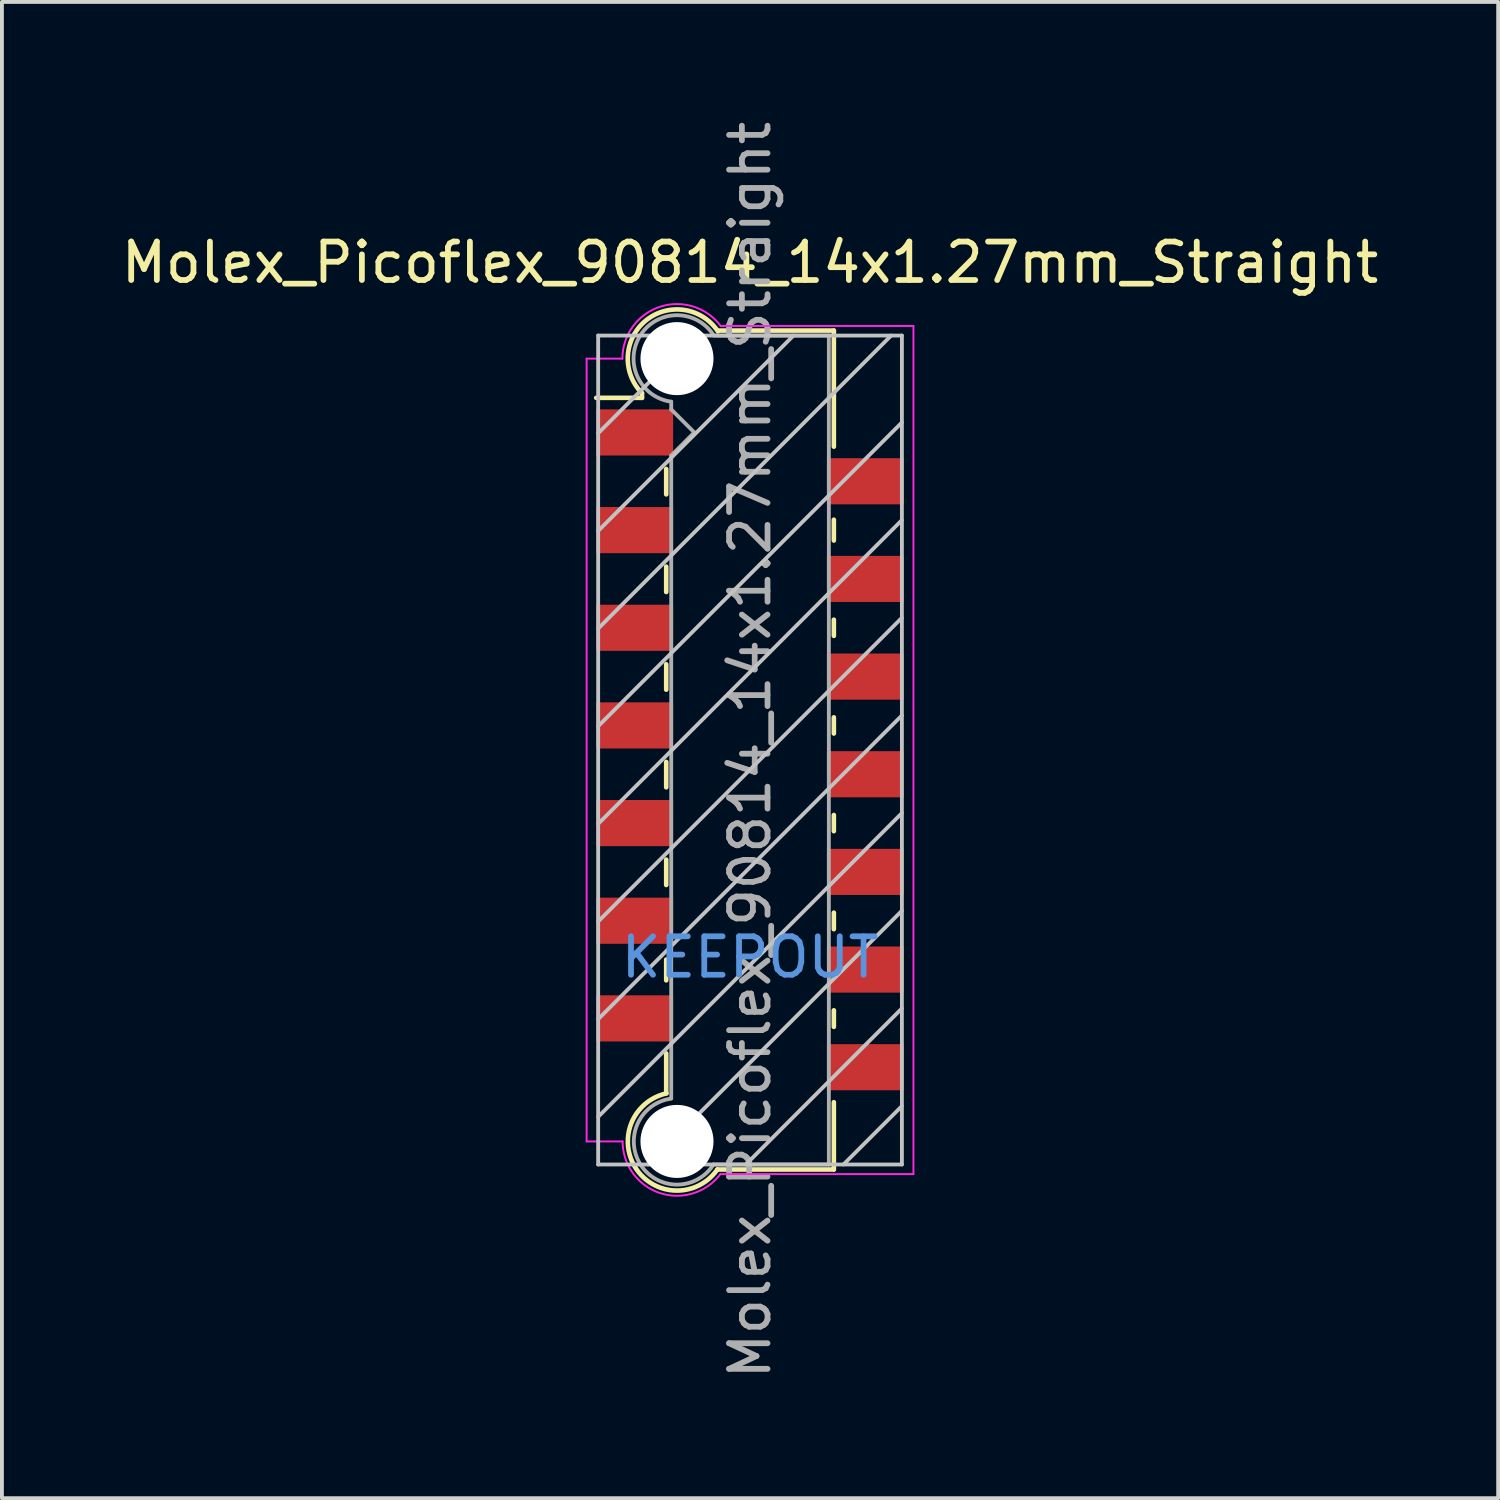
<source format=kicad_pcb>
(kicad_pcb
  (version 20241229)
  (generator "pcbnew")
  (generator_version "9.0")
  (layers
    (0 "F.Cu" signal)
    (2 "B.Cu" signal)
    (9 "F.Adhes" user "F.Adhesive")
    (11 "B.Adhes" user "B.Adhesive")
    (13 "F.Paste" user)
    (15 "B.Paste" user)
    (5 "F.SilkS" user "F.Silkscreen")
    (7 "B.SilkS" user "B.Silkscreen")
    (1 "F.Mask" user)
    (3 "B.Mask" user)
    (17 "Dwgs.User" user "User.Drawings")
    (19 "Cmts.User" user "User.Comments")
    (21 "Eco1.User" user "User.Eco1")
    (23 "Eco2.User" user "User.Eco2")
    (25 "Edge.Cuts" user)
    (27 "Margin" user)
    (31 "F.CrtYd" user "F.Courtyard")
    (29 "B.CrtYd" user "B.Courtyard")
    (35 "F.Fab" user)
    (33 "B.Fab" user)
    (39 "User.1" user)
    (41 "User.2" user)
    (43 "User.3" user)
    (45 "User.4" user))
  (footprint "Molex_Picoflex_90814_14x1.27mm_Straight"
    (layer "F.Cu")
    (at 16.458 16.458)
    (property "Reference" "Molex_Picoflex_90814_14x1.27mm_Straight" (at 0 -12.68 0) (layer "F.SilkS") (effects (font (size 1 1) (thickness 0.15))))
    (attr smd)
    (fp_line (start -2.81 -9.28) (end -2.81 -9.16) (stroke (width 0.12) (type solid)) (layer "F.SilkS"))
    (fp_line (start -2.81 -9.16) (end -4 -9.16) (stroke (width 0.12) (type solid)) (layer "F.SilkS"))
    (fp_line (start -2.18 -6.65) (end -2.18 -7.31) (stroke (width 0.12) (type solid)) (layer "F.SilkS"))
    (fp_line (start -2.18 -4.11) (end -2.18 -4.77) (stroke (width 0.12) (type solid)) (layer "F.SilkS"))
    (fp_line (start -2.18 -1.57) (end -2.18 -2.23) (stroke (width 0.12) (type solid)) (layer "F.SilkS"))
    (fp_line (start -2.18 0.97) (end -2.18 0.31) (stroke (width 0.12) (type solid)) (layer "F.SilkS"))
    (fp_line (start -2.18 3.51) (end -2.18 2.85) (stroke (width 0.12) (type solid)) (layer "F.SilkS"))
    (fp_line (start -2.18 5.99) (end -2.18 5.45) (stroke (width 0.12) (type solid)) (layer "F.SilkS"))
    (fp_line (start -2.18 8.93) (end -2.18 7.89) (stroke (width 0.12) (type solid)) (layer "F.SilkS"))
    (fp_line (start 2.18 -10.91) (end -0.82 -10.91) (stroke (width 0.12) (type solid)) (layer "F.SilkS"))
    (fp_line (start 2.18 -10.91) (end 2.18 -7.89) (stroke (width 0.12) (type solid)) (layer "F.SilkS"))
    (fp_line (start 2.18 -5.99) (end 2.18 -5.45) (stroke (width 0.12) (type solid)) (layer "F.SilkS"))
    (fp_line (start 2.18 -3.39) (end 2.18 -2.97) (stroke (width 0.12) (type solid)) (layer "F.SilkS"))
    (fp_line (start 2.18 -0.85) (end 2.18 -0.43) (stroke (width 0.12) (type solid)) (layer "F.SilkS"))
    (fp_line (start 2.18 1.69) (end 2.18 2.11) (stroke (width 0.12) (type solid)) (layer "F.SilkS"))
    (fp_line (start 2.18 4.23) (end 2.18 4.66) (stroke (width 0.12) (type solid)) (layer "F.SilkS"))
    (fp_line (start 2.18 6.77) (end 2.18 7.2) (stroke (width 0.12) (type solid)) (layer "F.SilkS"))
    (fp_line (start 2.18 9.16) (end 2.18 10.91) (stroke (width 0.12) (type solid)) (layer "F.SilkS"))
    (fp_line (start 2.18 10.91) (end -0.85 10.91) (stroke (width 0.12) (type solid)) (layer "F.SilkS"))
    (fp_arc (start -2.81 -9.28) (mid -2.708637 -11.172072) (end -0.834991 -10.889828) (stroke (width 0.12) (type solid)) (layer "F.SilkS"))
    (fp_arc (start -0.85 10.91) (mid -2.962791 10.891248) (end -2.174424 8.930964) (stroke (width 0.12) (type solid)) (layer "F.SilkS"))
    (fp_line (start -3.95 -10.78) (end -3.95 10.78) (stroke (width 0.1) (type solid)) (layer "Dwgs.User"))
    (fp_line (start -3.95 -8.24) (end -1.41 -10.78) (stroke (width 0.1) (type solid)) (layer "Dwgs.User"))
    (fp_line (start -3.95 -5.7) (end 1.13 -10.78) (stroke (width 0.1) (type solid)) (layer "Dwgs.User"))
    (fp_line (start -3.95 -3.16) (end 3.67 -10.78) (stroke (width 0.1) (type solid)) (layer "Dwgs.User"))
    (fp_line (start -3.95 -0.62) (end 3.95 -8.52) (stroke (width 0.1) (type solid)) (layer "Dwgs.User"))
    (fp_line (start -3.95 1.92) (end 3.95 -5.98) (stroke (width 0.1) (type solid)) (layer "Dwgs.User"))
    (fp_line (start -3.95 4.46) (end 3.95 -3.44) (stroke (width 0.1) (type solid)) (layer "Dwgs.User"))
    (fp_line (start -3.95 7) (end 3.95 -0.9) (stroke (width 0.1) (type solid)) (layer "Dwgs.User"))
    (fp_line (start -3.95 9.54) (end 3.95 1.64) (stroke (width 0.1) (type solid)) (layer "Dwgs.User"))
    (fp_line (start -3.95 10.78) (end 3.95 10.78) (stroke (width 0.1) (type solid)) (layer "Dwgs.User"))
    (fp_line (start -2.65 10.78) (end 3.95 4.18) (stroke (width 0.1) (type solid)) (layer "Dwgs.User"))
    (fp_line (start -0.11 10.78) (end 3.95 6.72) (stroke (width 0.1) (type solid)) (layer "Dwgs.User"))
    (fp_line (start 2.43 10.78) (end 3.95 9.26) (stroke (width 0.1) (type solid)) (layer "Dwgs.User"))
    (fp_line (start 3.95 -10.78) (end -3.95 -10.78) (stroke (width 0.1) (type solid)) (layer "Dwgs.User"))
    (fp_line (start 3.95 10.78) (end 3.95 -10.78) (stroke (width 0.1) (type solid)) (layer "Dwgs.User"))
    (fp_line (start -4.25 10.18) (end -4.25 -10.18) (stroke (width 0.05) (type solid)) (layer "F.CrtYd"))
    (fp_line (start -3.32 -10.18) (end -4.25 -10.18) (stroke (width 0.05) (type solid)) (layer "F.CrtYd"))
    (fp_line (start -3.32 10.18) (end -4.25 10.18) (stroke (width 0.05) (type solid)) (layer "F.CrtYd"))
    (fp_line (start 4.25 -11.03) (end -0.76 -11.03) (stroke (width 0.05) (type solid)) (layer "F.CrtYd"))
    (fp_line (start 4.25 -11.03) (end 4.25 11.03) (stroke (width 0.05) (type solid)) (layer "F.CrtYd"))
    (fp_line (start 4.25 11.03) (end -0.77 11.03) (stroke (width 0.05) (type solid)) (layer "F.CrtYd"))
    (fp_arc (start -3.32 -10.18) (mid -2.344692 -11.528573) (end -0.758523 -11.024648) (stroke (width 0.05) (type solid)) (layer "F.CrtYd"))
    (fp_arc (start -0.77 11.03) (mid -2.348691 11.520924) (end -3.314001 10.178743) (stroke (width 0.05) (type solid)) (layer "F.CrtYd"))
    (fp_line (start -2.05 -8.86) (end -2.05 -9.06) (stroke (width 0.1) (type solid)) (layer "F.Fab"))
    (fp_line (start -2.05 -7.66) (end -1.45 -8.26) (stroke (width 0.1) (type solid)) (layer "F.Fab"))
    (fp_line (start -2.05 9.06) (end -2.05 -7.66) (stroke (width 0.1) (type solid)) (layer "F.Fab"))
    (fp_line (start -1.45 -8.26) (end -2.05 -8.86) (stroke (width 0.1) (type solid)) (layer "F.Fab"))
    (fp_line (start 2.05 -10.78) (end -0.93 -10.78) (stroke (width 0.1) (type solid)) (layer "F.Fab"))
    (fp_line (start 2.05 -10.78) (end 2.05 10.78) (stroke (width 0.1) (type solid)) (layer "F.Fab"))
    (fp_line (start 2.05 10.78) (end -0.95 10.78) (stroke (width 0.1) (type solid)) (layer "F.Fab"))
    (fp_arc (start -2.05 -9.06) (mid -2.851672 -10.789279) (end -0.945612 -10.785015) (stroke (width 0.1) (type solid)) (layer "F.Fab"))
    (fp_arc (start -0.95 10.78) (mid -2.845272 10.787422) (end -2.051022 9.066585) (stroke (width 0.1) (type solid)) (layer "F.Fab"))
    (fp_text user "KEEPOUT" (at 0 5.39 0) (layer "Cmts.User") (effects (font (size 1 1) (thickness 0.15))))
    (fp_text user "${REFERENCE}" (at 0 0 90) (layer "F.Fab") (effects (font (size 1 1) (thickness 0.15))))
    (pad "" np_thru_hole circle (at -1.9 -10.18) (size 1.9 1.9) (drill 1.9) (layers "*.Cu"))
    (pad "" np_thru_hole circle (at -1.9 10.18) (size 1.9 1.9) (drill 1.9) (layers "*.Cu"))
    (pad "1" smd rect (at -3 -8.26) (size 2 1.2) (layers "F.Cu" "F.Mask" "F.Paste"))
    (pad "2" smd rect (at 3 -6.99) (size 2 1.2) (layers "F.Cu" "F.Mask" "F.Paste"))
    (pad "3" smd rect (at -3 -5.72) (size 2 1.2) (layers "F.Cu" "F.Mask" "F.Paste"))
    (pad "4" smd rect (at 3 -4.45) (size 2 1.2) (layers "F.Cu" "F.Mask" "F.Paste"))
    (pad "5" smd rect (at -3 -3.18) (size 2 1.2) (layers "F.Cu" "F.Mask" "F.Paste"))
    (pad "6" smd rect (at 3 -1.91) (size 2 1.2) (layers "F.Cu" "F.Mask" "F.Paste"))
    (pad "7" smd rect (at -3 -0.64) (size 2 1.2) (layers "F.Cu" "F.Mask" "F.Paste"))
    (pad "8" smd rect (at 3 0.63) (size 2 1.2) (layers "F.Cu" "F.Mask" "F.Paste"))
    (pad "9" smd rect (at -3 1.9) (size 2 1.2) (layers "F.Cu" "F.Mask" "F.Paste"))
    (pad "10" smd rect (at 3 3.17) (size 2 1.2) (layers "F.Cu" "F.Mask" "F.Paste"))
    (pad "11" smd rect (at -3 4.44) (size 2 1.2) (layers "F.Cu" "F.Mask" "F.Paste"))
    (pad "12" smd rect (at 3 5.71) (size 2 1.2) (layers "F.Cu" "F.Mask" "F.Paste"))
    (pad "13" smd rect (at -3 6.98) (size 2 1.2) (layers "F.Cu" "F.Mask" "F.Paste"))
    (pad "14" smd rect (at 3 8.25) (size 2 1.2) (layers "F.Cu" "F.Mask" "F.Paste")))
  (gr_rect
    (start -3 -3)
    (end 35.917 35.917)
    (stroke (width 0.1) (type default))
    (fill no)
    (layer "Edge.Cuts")))
</source>
